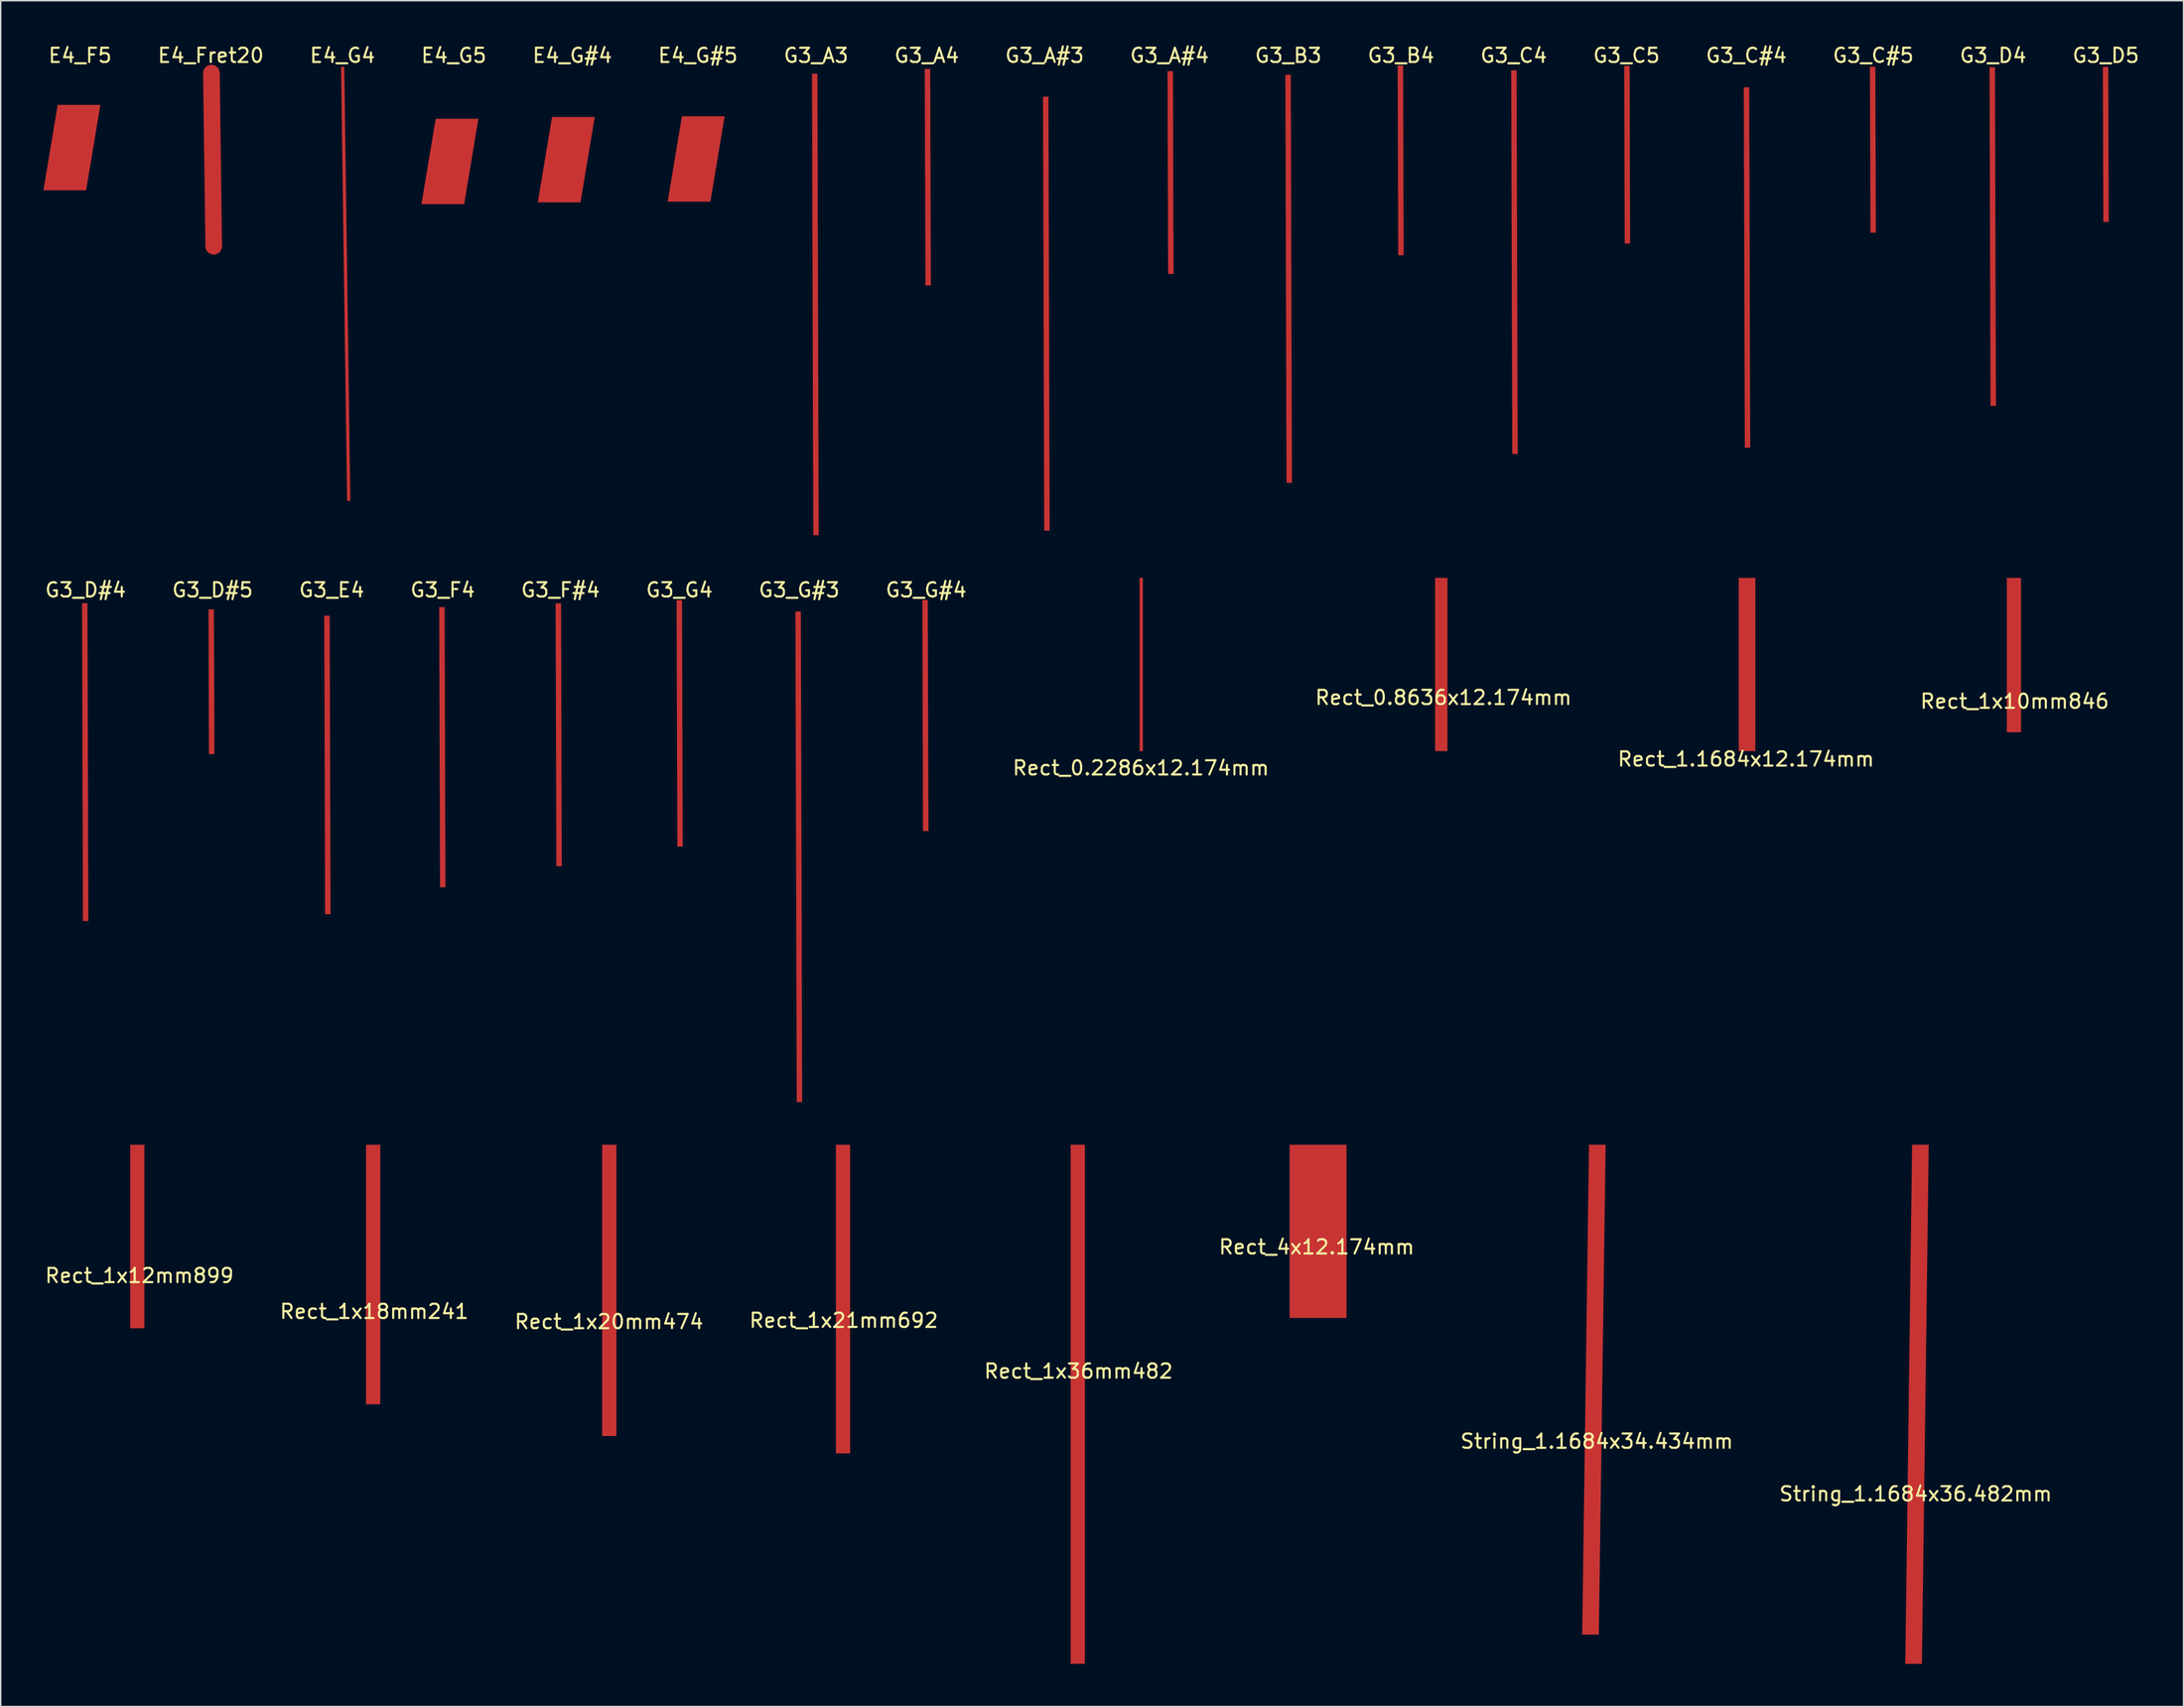
<source format=kicad_pcb>
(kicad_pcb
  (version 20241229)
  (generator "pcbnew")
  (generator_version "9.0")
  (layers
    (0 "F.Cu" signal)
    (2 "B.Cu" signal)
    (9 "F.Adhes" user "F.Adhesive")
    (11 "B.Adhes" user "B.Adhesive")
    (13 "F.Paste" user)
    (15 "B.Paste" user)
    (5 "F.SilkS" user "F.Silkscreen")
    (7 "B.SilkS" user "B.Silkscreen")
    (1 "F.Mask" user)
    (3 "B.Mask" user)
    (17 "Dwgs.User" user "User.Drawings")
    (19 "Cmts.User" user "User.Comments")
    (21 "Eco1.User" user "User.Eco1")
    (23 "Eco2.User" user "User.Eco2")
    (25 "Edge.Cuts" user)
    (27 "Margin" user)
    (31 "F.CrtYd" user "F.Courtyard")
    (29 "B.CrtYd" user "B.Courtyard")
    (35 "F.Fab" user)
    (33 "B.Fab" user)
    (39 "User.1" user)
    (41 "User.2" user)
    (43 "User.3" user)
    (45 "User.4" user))
  (footprint "Rect_1x20mm474"
    (layer "F.Cu")
    (at 39.72 89.341)
    (property "Reference" "Rect_1x20mm474" (at 0 0.5 0) (layer "F.SilkS") (effects (font (size 1 1) (thickness 0.15))))
    (attr through_hole)
    (pad "1" smd rect (at 0.025 -1.7) (size 1 20.474) (layers "F.Cu" "F.Mask" "F.Paste")))
  (footprint "G3_G#4"
    (layer "F.Cu")
    (at 61.994 37.914)
    (property "Reference" "G3_G#4" (at 0 0.5 0) (layer "F.SilkS") (effects (font (size 1 1) (thickness 0.15))))
    (attr through_hole)
    (pad "1" connect custom (at -0.05 9.325) (size 0.1 0.1) (layers "F.Cu" "F.Mask") (options (anchor rect)) (primitives (gr_poly (pts (xy -0.214 -8.12) (xy -0.167 8.12) (xy 0.214 8.12) (xy 0.167 -8.12)) (width 0) (fill yes)))))
  (footprint "Rect_1x36mm482"
    (layer "F.Cu")
    (at 72.696 92.82)
    (property "Reference" "Rect_1x36mm482" (at 0 0.5 0) (layer "F.SilkS") (effects (font (size 1 1) (thickness 0.15))))
    (attr through_hole)
    (pad "1" smd rect (at -0.05 2.825) (size 1 36.482) (layers "F.Cu" "F.Mask" "F.Paste")))
  (footprint "G3_G4"
    (layer "F.Cu")
    (at 44.661 37.914)
    (property "Reference" "G3_G4" (at 0 0.5 0) (layer "F.SilkS") (effects (font (size 1 1) (thickness 0.15))))
    (attr through_hole)
    (pad "1" connect custom (at 0.025 9.875) (size 0.1 0.1) (layers "F.Cu" "F.Mask") (options (anchor rect)) (primitives (gr_poly (pts (xy -0.216 -8.663) (xy -0.165 8.663) (xy 0.216 8.663) (xy 0.165 -8.663)) (width 0) (fill yes)))))
  (footprint "G3_D#4"
    (layer "F.Cu")
    (at 2.958 37.914)
    (property "Reference" "G3_D#4" (at 0 0.5 0) (layer "F.SilkS") (effects (font (size 1 1) (thickness 0.15))))
    (attr through_hole)
    (pad "1" connect custom (at -0.025 12.6) (size 0.1 0.1) (layers "F.Cu" "F.Mask") (options (anchor rect)) (primitives (gr_poly (pts (xy -0.222 -11.174) (xy -0.159 11.174) (xy 0.222 11.174) (xy 0.159 -11.174)) (width 0) (fill yes)))))
  (footprint "E4_G5"
    (layer "F.Cu")
    (at 28.825 0.348)
    (property "Reference" "E4_G5" (at 0 0.5 0) (layer "F.SilkS") (effects (font (size 1 1) (thickness 0.15))))
    (attr through_hole)
    (pad "1" connect custom (at -0.275 7.95) (size 0.1 0.1) (layers "F.Cu" "F.Mask") (options (anchor rect)) (primitives (gr_poly (pts (xy -1 -3) (xy -2 3) (xy 1 3) (xy 2 -3)) (width 0) (fill yes)))))
  (footprint "G3_D4"
    (layer "F.Cu")
    (at 136.932 0.348)
    (property "Reference" "G3_D4" (at 0 0.5 0) (layer "F.SilkS") (effects (font (size 1 1) (thickness 0.15))))
    (attr through_hole)
    (pad "1" connect custom (at -0.025 13.225) (size 0.1 0.1) (layers "F.Cu" "F.Mask") (options (anchor rect)) (primitives (gr_poly (pts (xy -0.224 -11.898) (xy -0.157 11.898) (xy 0.224 11.898) (xy 0.157 -11.898)) (width 0) (fill yes)))))
  (footprint "G3_A#3"
    (layer "F.Cu")
    (at 70.313 0.348)
    (property "Reference" "G3_A#3" (at 0 0.5 0) (layer "F.SilkS") (effects (font (size 1 1) (thickness 0.15))))
    (attr through_hole)
    (pad "1" connect custom (at 0.125 18.65) (size 0.1 0.1) (layers "F.Cu" "F.Mask") (options (anchor rect)) (primitives (gr_poly (pts (xy -0.233 -15.251) (xy -0.148 15.251) (xy 0.233 15.251) (xy 0.148 -15.251)) (width 0) (fill yes)))))
  (footprint "G3_C4"
    (layer "F.Cu")
    (at 103.265 0.348)
    (property "Reference" "G3_C4" (at 0 0.5 0) (layer "F.SilkS") (effects (font (size 1 1) (thickness 0.15))))
    (attr through_hole)
    (pad "1" connect custom (at 0.05 15.025) (size 0.1 0.1) (layers "F.Cu" "F.Mask") (options (anchor rect)) (primitives (gr_poly (pts (xy -0.228 -13.478) (xy -0.153 13.478) (xy 0.228 13.478) (xy 0.153 -13.478)) (width 0) (fill yes)))))
  (footprint "E4_Fret20"
    (layer "F.Cu")
    (at 11.754 0.348)
    (property "Reference" "E4_Fret20" (at 0 0.5 0) (layer "F.SilkS") (effects (font (size 1 1) (thickness 0.15))))
    (attr through_hole)
    (pad "1" connect custom (at 0.125 7.825) (size 0.1 0.1) (layers "F.Cu" "F.Mask") (options (anchor rect)) (primitives (gr_line (start -0.08 -6.087) (end 0.08 6.087) (width 1.168)))))
  (footprint "E4_G4"
    (layer "F.Cu")
    (at 21.004 0.348)
    (property "Reference" "E4_G4" (at 0 0.5 0) (layer "F.SilkS") (effects (font (size 1 1) (thickness 0.15))))
    (attr through_hole)
    (pad "1" connect custom (at 0.225 16.55) (size 0.1 0.1) (layers "F.Cu" "F.Mask") (options (anchor rect)) (primitives (gr_poly (pts (xy -0.327 -15.251) (xy 0.098 15.251) (xy 0.327 15.251) (xy -0.098 -15.251)) (width 0) (fill yes)))))
  (footprint "G3_E4"
    (layer "F.Cu")
    (at 20.244 37.914)
    (property "Reference" "G3_E4" (at 0 0.5 0) (layer "F.SilkS") (effects (font (size 1 1) (thickness 0.15))))
    (attr through_hole)
    (pad "1" connect custom (at -0.3 12.8) (size 0.1 0.1) (layers "F.Cu" "F.Mask") (options (anchor rect)) (primitives (gr_poly (pts (xy -0.221 -10.491) (xy -0.16 10.491) (xy 0.221 10.491) (xy 0.16 -10.491)) (width 0) (fill yes)))))
  (footprint "G3_G#3"
    (layer "F.Cu")
    (at 53.077 37.914)
    (property "Reference" "G3_G#3" (at 0 0.5 0) (layer "F.SilkS") (effects (font (size 1 1) (thickness 0.15))))
    (attr through_hole)
    (pad "1" connect custom (at -0.025 19.25) (size 0.1 0.1) (layers "F.Cu" "F.Mask") (options (anchor rect)) (primitives (gr_poly (pts (xy -0.238 -17.241) (xy -0.143 17.241) (xy 0.238 17.241) (xy 0.143 -17.241)) (width 0) (fill yes)))))
  (footprint "E4_G#4"
    (layer "F.Cu")
    (at 37.146 0.348)
    (property "Reference" "E4_G#4" (at 0 0.5 0) (layer "F.SilkS") (effects (font (size 1 1) (thickness 0.15))))
    (attr through_hole)
    (pad "1" connect custom (at -0.425 7.825) (size 0.1 0.1) (layers "F.Cu" "F.Mask") (options (anchor rect)) (primitives (gr_poly (pts (xy -1 -3) (xy -2 3) (xy 1 3) (xy 2 -3)) (width 0) (fill yes)))))
  (footprint "G3_A#4"
    (layer "F.Cu")
    (at 79.087 0.348)
    (property "Reference" "G3_A#4" (at 0 0.5 0) (layer "F.SilkS") (effects (font (size 1 1) (thickness 0.15))))
    (attr through_hole)
    (pad "1" connect custom (at 0.075 8.725) (size 0.1 0.1) (layers "F.Cu" "F.Mask") (options (anchor rect)) (primitives (gr_poly (pts (xy -0.212 -7.125) (xy -0.169 7.125) (xy 0.212 7.125) (xy 0.169 -7.125)) (width 0) (fill yes)))))
  (footprint "Rect_1x12mm899"
    (layer "F.Cu")
    (at 6.744 86.104)
    (property "Reference" "Rect_1x12mm899" (at 0 0.5 0) (layer "F.SilkS") (effects (font (size 1 1) (thickness 0.15))))
    (attr through_hole)
    (pad "1" smd rect (at -0.15 -2.25) (size 1 12.899) (layers "F.Cu" "F.Mask" "F.Paste")))
  (footprint "Rect_1x21mm692"
    (layer "F.Cu")
    (at 56.208 89.251)
    (property "Reference" "Rect_1x21mm692" (at 0 0.5 0) (layer "F.SilkS") (effects (font (size 1 1) (thickness 0.15))))
    (attr through_hole)
    (pad "1" smd rect (at -0.05 -1) (size 1 21.692) (layers "F.Cu" "F.Mask" "F.Paste")))
  (footprint "G3_B4"
    (layer "F.Cu")
    (at 95.349 0.348)
    (property "Reference" "G3_B4" (at 0 0.5 0) (layer "F.SilkS") (effects (font (size 1 1) (thickness 0.15))))
    (attr through_hole)
    (pad "1" connect custom (at -0.025 7.875) (size 0.1 0.1) (layers "F.Cu" "F.Mask") (options (anchor rect)) (primitives (gr_poly (pts (xy -0.211 -6.669) (xy -0.17 6.669) (xy 0.211 6.669) (xy 0.17 -6.669)) (width 0) (fill yes)))))
  (footprint "G3_C#5"
    (layer "F.Cu")
    (at 128.515 0.348)
    (property "Reference" "G3_C#5" (at 0 0.5 0) (layer "F.SilkS") (effects (font (size 1 1) (thickness 0.15))))
    (attr through_hole)
    (pad "1" connect custom (at -0.025 7.125) (size 0.1 0.1) (layers "F.Cu" "F.Mask") (options (anchor rect)) (primitives (gr_poly (pts (xy -0.208 -5.833) (xy -0.173 5.833) (xy 0.208 5.833) (xy 0.173 -5.833)) (width 0) (fill yes)))))
  (footprint "G3_A4"
    (layer "F.Cu")
    (at 62.039 0.348)
    (property "Reference" "G3_A4" (at 0 0.5 0) (layer "F.SilkS") (effects (font (size 1 1) (thickness 0.15))))
    (attr through_hole)
    (pad "1" connect custom (at 0.075 9.05) (size 0.1 0.1) (layers "F.Cu" "F.Mask") (options (anchor rect)) (primitives (gr_poly (pts (xy -0.213 -7.609) (xy -0.168 7.609) (xy 0.213 7.609) (xy 0.168 -7.609)) (width 0) (fill yes)))))
  (footprint "G3_B3"
    (layer "F.Cu")
    (at 87.432 0.348)
    (property "Reference" "G3_B3" (at 0 0.5 0) (layer "F.SilkS") (effects (font (size 1 1) (thickness 0.15))))
    (attr through_hole)
    (pad "1" connect custom (at 0.025 16.2) (size 0.1 0.1) (layers "F.Cu" "F.Mask") (options (anchor rect)) (primitives (gr_poly (pts (xy -0.231 -14.339) (xy -0.15 14.339) (xy 0.231 14.339) (xy 0.15 -14.339)) (width 0) (fill yes)))))
  (footprint "Rect_1.1684x12.174mm"
    (layer "F.Cu")
    (at 119.577 49.802)
    (property "Reference" "Rect_1.1684x12.174mm" (at 0 0.5 0) (layer "F.SilkS") (effects (font (size 1 1) (thickness 0.15))))
    (attr through_hole)
    (pad "1" smd rect (at 0.075 -6.15) (size 1.168 12.174) (layers "F.Cu" "F.Mask" "F.Paste")))
  (footprint "G3_F4"
    (layer "F.Cu")
    (at 28.042 37.914)
    (property "Reference" "G3_F4" (at 0 0.5 0) (layer "F.SilkS") (effects (font (size 1 1) (thickness 0.15))))
    (attr through_hole)
    (pad "1" connect custom (at -0.025 11.55) (size 0.1 0.1) (layers "F.Cu" "F.Mask") (options (anchor rect)) (primitives (gr_poly (pts (xy -0.219 -9.846) (xy -0.162 9.846) (xy 0.219 9.846) (xy 0.162 -9.846)) (width 0) (fill yes)))))
  (footprint "G3_C#4"
    (layer "F.Cu")
    (at 119.599 0.348)
    (property "Reference" "G3_C#4" (at 0 0.5 0) (layer "F.SilkS") (effects (font (size 1 1) (thickness 0.15))))
    (attr through_hole)
    (pad "1" connect custom (at 0.05 15.4) (size 0.1 0.1) (layers "F.Cu" "F.Mask") (options (anchor rect)) (primitives (gr_poly (pts (xy -0.226 -12.665) (xy -0.155 12.665) (xy 0.226 12.665) (xy 0.155 -12.665)) (width 0) (fill yes)))))
  (footprint "G3_A3"
    (layer "F.Cu")
    (at 54.265 0.348)
    (property "Reference" "G3_A3" (at 0 0.5 0) (layer "F.SilkS") (effects (font (size 1 1) (thickness 0.15))))
    (attr through_hole)
    (pad "1" connect custom (at -0.05 18) (size 0.1 0.1) (layers "F.Cu" "F.Mask") (options (anchor rect)) (primitives (gr_poly (pts (xy -0.236 -16.217) (xy -0.145 16.217) (xy 0.236 16.217) (xy 0.145 -16.217)) (width 0) (fill yes)))))
  (footprint "G3_C5"
    (layer "F.Cu")
    (at 111.182 0.348)
    (property "Reference" "G3_C5" (at 0 0.5 0) (layer "F.SilkS") (effects (font (size 1 1) (thickness 0.15))))
    (attr through_hole)
    (pad "1" connect custom (at 0.05 7.475) (size 0.1 0.1) (layers "F.Cu" "F.Mask") (options (anchor rect)) (primitives (gr_poly (pts (xy -0.209 -6.239) (xy -0.172 6.239) (xy 0.209 6.239) (xy 0.172 -6.239)) (width 0) (fill yes)))))
  (footprint "G3_D#5"
    (layer "F.Cu")
    (at 11.875 37.914)
    (property "Reference" "G3_D#5" (at 0 0.5 0) (layer "F.SilkS") (effects (font (size 1 1) (thickness 0.15))))
    (attr through_hole)
    (pad "1" connect custom (at -0.075 6.95) (size 0.1 0.1) (layers "F.Cu" "F.Mask") (options (anchor rect)) (primitives (gr_poly (pts (xy -0.206 -5.087) (xy -0.175 5.087) (xy 0.206 5.087) (xy 0.175 -5.087)) (width 0) (fill yes)))))
  (footprint "Rect_1x18mm241"
    (layer "F.Cu")
    (at 23.232 88.625)
    (property "Reference" "Rect_1x18mm241" (at 0 0.5 0) (layer "F.SilkS") (effects (font (size 1 1) (thickness 0.15))))
    (attr through_hole)
    (pad "1" smd rect (at -0.075 -2.1) (size 1 18.241) (layers "F.Cu" "F.Mask" "F.Paste")))
  (footprint "E4_G#5"
    (layer "F.Cu")
    (at 45.968 0.348)
    (property "Reference" "E4_G#5" (at 0 0.5 0) (layer "F.SilkS") (effects (font (size 1 1) (thickness 0.15))))
    (attr through_hole)
    (pad "1" connect custom (at -0.125 7.775) (size 0.1 0.1) (layers "F.Cu" "F.Mask") (options (anchor rect)) (primitives (gr_poly (pts (xy -1 -3) (xy -2 3) (xy 1 3) (xy 2 -3)) (width 0) (fill yes)))))
  (footprint "String_1.1684x34.434mm"
    (layer "F.Cu")
    (at 109.101 97.746)
    (property "Reference" "String_1.1684x34.434mm" (at 0 0.5 0) (layer "F.SilkS") (effects (font (size 1 1) (thickness 0.15))))
    (attr through_hole)
    (pad "1" connect custom (at -0.55 -3.125) (size 0.1 0.1) (layers "F.Cu" "F.Mask") (options (anchor rect)) (primitives (gr_poly (pts (xy 0 -17.217) (xy -0.477 17.217) (xy 0.691 17.217) (xy 1.168 -17.217)) (width 0) (fill yes)))))
  (footprint "Rect_0.2286x12.174mm"
    (layer "F.Cu")
    (at 77.077 50.427)
    (property "Reference" "Rect_0.2286x12.174mm" (at 0 0.5 0) (layer "F.SilkS") (effects (font (size 1 1) (thickness 0.15))))
    (attr through_hole)
    (pad "1" smd rect (at 0.025 -6.775) (size 0.229 12.174) (layers "F.Cu" "F.Mask" "F.Paste")))
  (footprint "Rect_1x10mm846"
    (layer "F.Cu")
    (at 138.446 45.738)
    (property "Reference" "Rect_1x10mm846" (at 0 0.5 0) (layer "F.SilkS") (effects (font (size 1 1) (thickness 0.15))))
    (attr through_hole)
    (pad "1" smd rect (at -0.05 -2.75) (size 1 10.846) (layers "F.Cu" "F.Mask" "F.Paste")))
  (footprint "G3_F#4"
    (layer "F.Cu")
    (at 36.315 37.914)
    (property "Reference" "G3_F#4" (at 0 0.5 0) (layer "F.SilkS") (effects (font (size 1 1) (thickness 0.15))))
    (attr through_hole)
    (pad "1" connect custom (at -0.125 10.675) (size 0.1 0.1) (layers "F.Cu" "F.Mask") (options (anchor rect)) (primitives (gr_poly (pts (xy -0.217 -9.237) (xy -0.164 9.237) (xy 0.217 9.237) (xy 0.164 -9.237)) (width 0) (fill yes)))))
  (footprint "Rect_4x12.174mm"
    (layer "F.Cu")
    (at 89.423 84.091)
    (property "Reference" "Rect_4x12.174mm" (at 0 0.5 0) (layer "F.SilkS") (effects (font (size 1 1) (thickness 0.15))))
    (attr through_hole)
    (pad "1" smd rect (at 0.1 -0.6) (size 4 12.174) (layers "F.Cu" "F.Mask" "F.Paste")))
  (footprint "String_1.1684x36.482mm"
    (layer "F.Cu")
    (at 131.494 101.445)
    (property "Reference" "String_1.1684x36.482mm" (at 0 0.5 0) (layer "F.SilkS") (effects (font (size 1 1) (thickness 0.15))))
    (attr through_hole)
    (pad "1" connect custom (at -0.25 -5.8) (size 0.1 0.1) (layers "F.Cu" "F.Mask") (options (anchor rect)) (primitives (gr_poly (pts (xy 0 -18.241) (xy -0.477 18.241) (xy 0.691 18.241) (xy 1.168 -18.241)) (width 0) (fill yes)))))
  (footprint "E4_F5"
    (layer "F.Cu")
    (at 2.575 0.348)
    (property "Reference" "E4_F5" (at 0 0.5 0) (layer "F.SilkS") (effects (font (size 1 1) (thickness 0.15))))
    (attr through_hole)
    (pad "1" connect custom (at -0.575 6.975) (size 0.1 0.1) (layers "F.Cu" "F.Mask") (options (anchor rect)) (primitives (gr_poly (pts (xy -1 -3) (xy -2 3) (xy 1 3) (xy 2 -3)) (width 0) (fill yes)))))
  (footprint "G3_D5"
    (layer "F.Cu")
    (at 144.849 0.348)
    (property "Reference" "G3_D5" (at 0 0.5 0) (layer "F.SilkS") (effects (font (size 1 1) (thickness 0.15))))
    (attr through_hole)
    (pad "1" connect custom (at 0 6.75) (size 0.1 0.1) (layers "F.Cu" "F.Mask") (options (anchor rect)) (primitives (gr_poly (pts (xy -0.207 -5.449) (xy -0.174 5.449) (xy 0.207 5.449) (xy 0.174 -5.449)) (width 0) (fill yes)))))
  (footprint "Rect_0.8636x12.174mm"
    (layer "F.Cu")
    (at 98.327 45.477)
    (property "Reference" "Rect_0.8636x12.174mm" (at 0 0.5 0) (layer "F.SilkS") (effects (font (size 1 1) (thickness 0.15))))
    (attr through_hole)
    (pad "1" smd rect (at -0.15 -1.825) (size 0.864 12.174) (layers "F.Cu" "F.Mask" "F.Paste")))
  (gr_rect
    (start -3 -3)
    (end 150.307 116.886)
    (stroke (width 0.1) (type default))
    (fill no)
    (layer "Edge.Cuts")))
</source>
